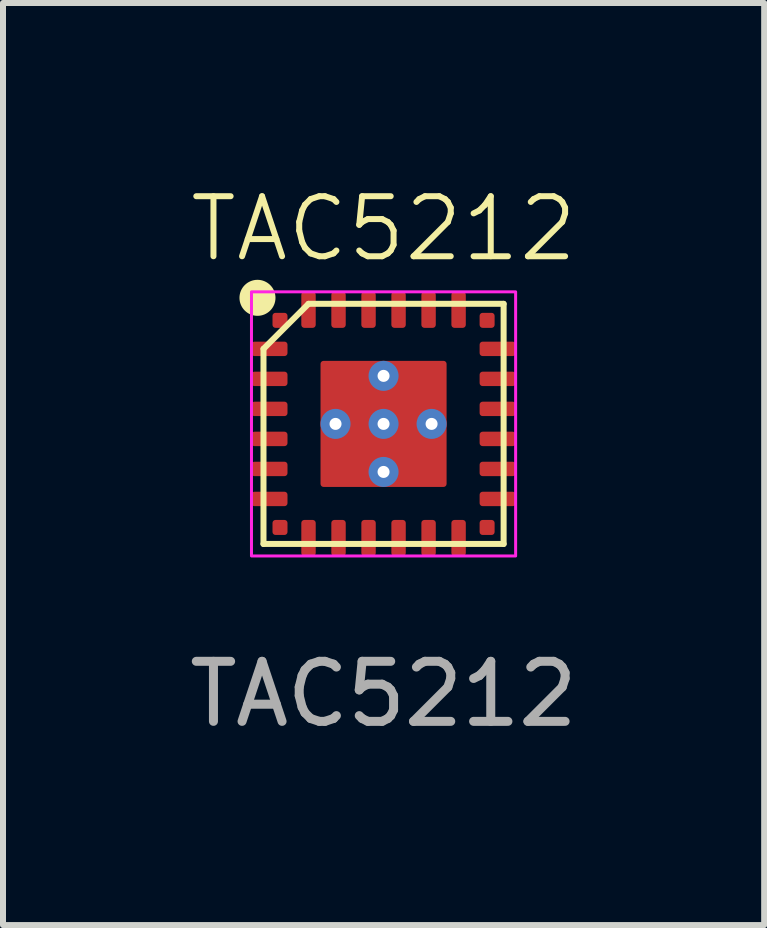
<source format=kicad_pcb>
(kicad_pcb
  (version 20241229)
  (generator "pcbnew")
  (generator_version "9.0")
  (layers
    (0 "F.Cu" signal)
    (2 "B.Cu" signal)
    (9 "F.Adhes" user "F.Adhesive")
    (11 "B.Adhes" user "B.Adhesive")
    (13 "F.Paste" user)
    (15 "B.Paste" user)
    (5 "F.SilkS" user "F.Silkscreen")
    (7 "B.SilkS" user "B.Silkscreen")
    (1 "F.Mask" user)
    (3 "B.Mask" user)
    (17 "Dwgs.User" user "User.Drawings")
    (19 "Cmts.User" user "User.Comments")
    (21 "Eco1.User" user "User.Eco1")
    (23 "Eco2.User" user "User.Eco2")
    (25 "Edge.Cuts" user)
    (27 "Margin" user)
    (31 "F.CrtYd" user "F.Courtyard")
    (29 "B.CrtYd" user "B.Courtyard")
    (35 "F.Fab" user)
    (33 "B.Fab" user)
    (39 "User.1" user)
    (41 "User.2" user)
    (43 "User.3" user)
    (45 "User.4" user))
  (footprint "TAC5212"
    (layer "F.Cu")
    (at 3.339 4.011)
    (property "Reference" "TAC5212" (at 0 -3.25 0) (unlocked yes) (layer "F.SilkS") (effects (font (size 1 1) (thickness 0.1))))
    (attr smd)
    (fp_line (start -2 2) (end -2 -1.25) (stroke (width 0.1) (type default)) (layer "F.SilkS"))
    (fp_line (start -1.25 -2) (end -2 -1.25) (stroke (width 0.1) (type default)) (layer "F.SilkS"))
    (fp_line (start -1.25 -2) (end 2 -2) (stroke (width 0.1) (type default)) (layer "F.SilkS"))
    (fp_line (start 2 -2) (end 2 2) (stroke (width 0.1) (type default)) (layer "F.SilkS"))
    (fp_line (start 2 2) (end -2 2) (stroke (width 0.1) (type default)) (layer "F.SilkS"))
    (fp_circle (center -2.1 -2.1) (end -1.85 -2.1) (stroke (width 0.1) (type solid)) (fill yes) (layer "F.SilkS"))
    (fp_rect (start -2.2 -2.2) (end 2.2 2.2) (stroke (width 0.05) (type default)) (fill no) (layer "F.CrtYd"))
    (fp_text user "${REFERENCE}" (at 0 4.5 0) (unlocked yes) (layer "F.Fab") (effects (font (size 1 1) (thickness 0.15))))
    (pad "0" thru_hole circle (at -0.8 0 90) (size 0.5 0.5) (drill 0.2) (layers "*.Cu" "B.Mask"))
    (pad "0" thru_hole circle (at 0 -0.8 180) (size 0.5 0.5) (drill 0.2) (layers "*.Cu" "*.Mask"))
    (pad "0" thru_hole circle (at 0 0 90) (size 0.5 0.5) (drill 0.2) (layers "*.Cu" "*.Mask"))
    (pad "0" smd roundrect (at 0 0) (size 2.1 2.1) (layers "F.Cu" "F.Mask" "F.Paste") (roundrect_rratio 0.024))
    (pad "0" thru_hole circle (at 0 0.8 180) (size 0.5 0.5) (drill 0.2) (layers "*.Cu" "B.Mask"))
    (pad "0" thru_hole circle (at 0.8 0 90) (size 0.5 0.5) (drill 0.2) (layers "*.Cu" "*.Mask"))
    (pad "1" smd roundrect (at -1.9 -1.25) (size 0.6 0.24) (layers "F.Cu" "F.Mask" "F.Paste") (roundrect_rratio 0.208))
    (pad "2" smd roundrect (at -1.9 -0.75) (size 0.6 0.24) (layers "F.Cu" "F.Mask" "F.Paste") (roundrect_rratio 0.208))
    (pad "3" smd roundrect (at -1.9 -0.25) (size 0.6 0.24) (layers "F.Cu" "F.Mask" "F.Paste") (roundrect_rratio 0.208))
    (pad "4" smd roundrect (at -1.9 0.25) (size 0.6 0.24) (layers "F.Cu" "F.Mask" "F.Paste") (roundrect_rratio 0.208))
    (pad "5" smd roundrect (at -1.9 0.75) (size 0.6 0.24) (layers "F.Cu" "F.Mask" "F.Paste") (roundrect_rratio 0.208))
    (pad "6" smd roundrect (at -1.9 1.25) (size 0.6 0.24) (layers "F.Cu" "F.Mask" "F.Paste") (roundrect_rratio 0.208))
    (pad "7" smd roundrect (at -1.25 1.9 90) (size 0.6 0.24) (layers "F.Cu" "F.Mask" "F.Paste") (roundrect_rratio 0.208))
    (pad "8" smd roundrect (at -0.75 1.9 90) (size 0.6 0.24) (layers "F.Cu" "F.Mask" "F.Paste") (roundrect_rratio 0.208))
    (pad "9" smd roundrect (at -0.25 1.9 90) (size 0.6 0.24) (layers "F.Cu" "F.Mask" "F.Paste") (roundrect_rratio 0.208))
    (pad "10" smd roundrect (at 0.25 1.9 90) (size 0.6 0.24) (layers "F.Cu" "F.Mask" "F.Paste") (roundrect_rratio 0.208))
    (pad "11" smd roundrect (at 0.75 1.9 90) (size 0.6 0.24) (layers "F.Cu" "F.Mask" "F.Paste") (roundrect_rratio 0.208))
    (pad "12" smd roundrect (at 1.25 1.9 90) (size 0.6 0.24) (layers "F.Cu" "F.Mask" "F.Paste") (roundrect_rratio 0.208))
    (pad "13" smd roundrect (at 1.9 1.25) (size 0.6 0.24) (layers "F.Cu" "F.Mask" "F.Paste") (roundrect_rratio 0.208))
    (pad "14" smd roundrect (at 1.9 0.75) (size 0.6 0.24) (layers "F.Cu" "F.Mask" "F.Paste") (roundrect_rratio 0.208))
    (pad "15" smd roundrect (at 1.9 0.25) (size 0.6 0.24) (layers "F.Cu" "F.Mask" "F.Paste") (roundrect_rratio 0.208))
    (pad "16" smd roundrect (at 1.9 -0.25) (size 0.6 0.24) (layers "F.Cu" "F.Mask" "F.Paste") (roundrect_rratio 0.208))
    (pad "17" smd roundrect (at 1.9 -0.75) (size 0.6 0.24) (layers "F.Cu" "F.Mask" "F.Paste") (roundrect_rratio 0.208))
    (pad "18" smd roundrect (at 1.9 -1.25) (size 0.6 0.24) (layers "F.Cu" "F.Mask" "F.Paste") (roundrect_rratio 0.208))
    (pad "19" smd roundrect (at 1.25 -1.9 90) (size 0.6 0.24) (layers "F.Cu" "F.Mask" "F.Paste") (roundrect_rratio 0.208))
    (pad "20" smd roundrect (at 0.75 -1.9 90) (size 0.6 0.24) (layers "F.Cu" "F.Mask" "F.Paste") (roundrect_rratio 0.208))
    (pad "21" smd roundrect (at 0.25 -1.9 90) (size 0.6 0.24) (layers "F.Cu" "F.Mask" "F.Paste") (roundrect_rratio 0.208))
    (pad "22" smd roundrect (at -0.25 -1.9 90) (size 0.6 0.24) (layers "F.Cu" "F.Mask" "F.Paste") (roundrect_rratio 0.208))
    (pad "23" smd roundrect (at -0.75 -1.9 90) (size 0.6 0.24) (layers "F.Cu" "F.Mask" "F.Paste") (roundrect_rratio 0.208))
    (pad "24" smd roundrect (at -1.25 -1.9 90) (size 0.6 0.24) (layers "F.Cu" "F.Mask" "F.Paste") (roundrect_rratio 0.208))
    (pad "A1" smd roundrect (at -1.725 -1.725) (size 0.25 0.25) (layers "F.Cu" "F.Mask" "F.Paste") (roundrect_rratio 0.2))
    (pad "A2" smd roundrect (at -1.725 1.725) (size 0.25 0.25) (layers "F.Cu" "F.Mask" "F.Paste") (roundrect_rratio 0.2))
    (pad "A3" smd roundrect (at 1.725 1.725) (size 0.25 0.25) (layers "F.Cu" "F.Mask" "F.Paste") (roundrect_rratio 0.2))
    (pad "A4" smd roundrect (at 1.725 -1.725) (size 0.25 0.25) (layers "F.Cu" "F.Mask" "F.Paste") (roundrect_rratio 0.2)))
  (gr_rect
    (start -3 -3)
    (end 9.679 12.359)
    (stroke (width 0.1) (type default))
    (fill no)
    (layer "Edge.Cuts")))
</source>
